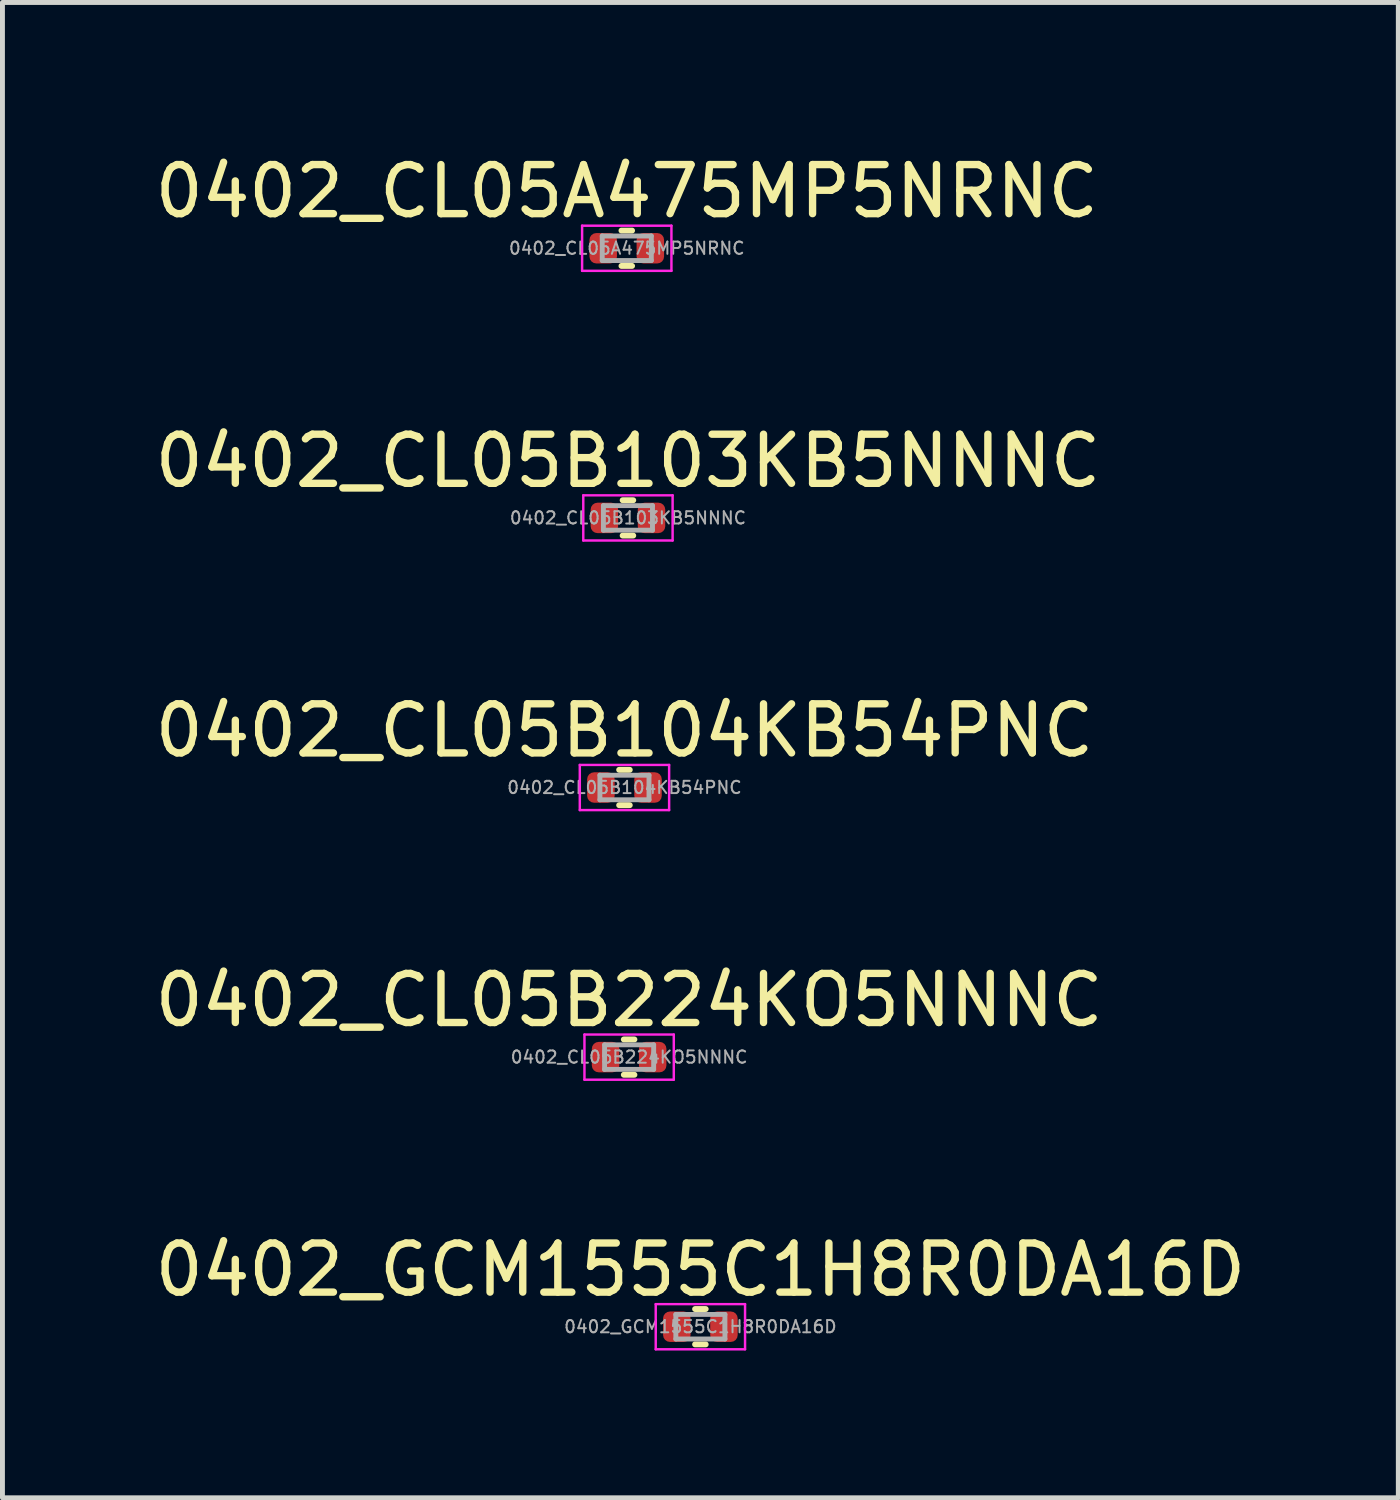
<source format=kicad_pcb>
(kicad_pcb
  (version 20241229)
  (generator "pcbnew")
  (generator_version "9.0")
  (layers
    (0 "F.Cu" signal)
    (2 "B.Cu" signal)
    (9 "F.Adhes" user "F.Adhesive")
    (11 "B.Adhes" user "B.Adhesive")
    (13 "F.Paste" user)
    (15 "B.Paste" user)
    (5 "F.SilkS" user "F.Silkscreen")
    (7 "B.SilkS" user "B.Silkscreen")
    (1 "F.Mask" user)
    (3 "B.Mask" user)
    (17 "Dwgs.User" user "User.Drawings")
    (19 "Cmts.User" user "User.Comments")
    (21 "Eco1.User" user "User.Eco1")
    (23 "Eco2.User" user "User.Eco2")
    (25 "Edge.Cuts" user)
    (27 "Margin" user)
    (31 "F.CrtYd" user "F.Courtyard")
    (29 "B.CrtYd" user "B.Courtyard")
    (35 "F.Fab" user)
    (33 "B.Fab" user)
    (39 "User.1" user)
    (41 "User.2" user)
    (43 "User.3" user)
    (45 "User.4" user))
  (footprint "0402_CL05B224KO5NNNC"
    (layer "F.Cu")
    (at 9.768 18.488)
    (property "Reference" "0402_CL05B224KO5NNNC" (at 0 -1.16 0) (layer "F.SilkS") (effects (font (size 1 1) (thickness 0.15))))
    (attr smd)
    (fp_line (start -0.108 -0.36) (end 0.108 -0.36) (stroke (width 0.12) (type solid)) (layer "F.SilkS"))
    (fp_line (start -0.108 0.36) (end 0.108 0.36) (stroke (width 0.12) (type solid)) (layer "F.SilkS"))
    (fp_line (start -0.91 -0.46) (end 0.91 -0.46) (stroke (width 0.05) (type solid)) (layer "F.CrtYd"))
    (fp_line (start -0.91 0.46) (end -0.91 -0.46) (stroke (width 0.05) (type solid)) (layer "F.CrtYd"))
    (fp_line (start 0.91 -0.46) (end 0.91 0.46) (stroke (width 0.05) (type solid)) (layer "F.CrtYd"))
    (fp_line (start 0.91 0.46) (end -0.91 0.46) (stroke (width 0.05) (type solid)) (layer "F.CrtYd"))
    (fp_line (start -0.5 -0.25) (end 0.5 -0.25) (stroke (width 0.1) (type solid)) (layer "F.Fab"))
    (fp_line (start -0.5 0.25) (end -0.5 -0.25) (stroke (width 0.1) (type solid)) (layer "F.Fab"))
    (fp_line (start 0.5 -0.25) (end 0.5 0.25) (stroke (width 0.1) (type solid)) (layer "F.Fab"))
    (fp_line (start 0.5 0.25) (end -0.5 0.25) (stroke (width 0.1) (type solid)) (layer "F.Fab"))
    (fp_text user "${REFERENCE}" (at 0 0 0) (layer "F.Fab") (effects (font (size 0.25 0.25) (thickness 0.04))))
    (pad "1" smd roundrect (at -0.48 0) (size 0.56 0.62) (layers "F.Cu" "F.Mask" "F.Paste") (roundrect_rratio 0.25))
    (pad "2" smd roundrect (at 0.48 0) (size 0.56 0.62) (layers "F.Cu" "F.Mask" "F.Paste") (roundrect_rratio 0.25)))
  (footprint "0402_CL05B103KB5NNNC"
    (layer "F.Cu")
    (at 9.744 7.502)
    (property "Reference" "0402_CL05B103KB5NNNC" (at 0 -1.16 0) (layer "F.SilkS") (effects (font (size 1 1) (thickness 0.15))))
    (attr smd)
    (fp_line (start -0.108 -0.36) (end 0.108 -0.36) (stroke (width 0.12) (type solid)) (layer "F.SilkS"))
    (fp_line (start -0.108 0.36) (end 0.108 0.36) (stroke (width 0.12) (type solid)) (layer "F.SilkS"))
    (fp_line (start -0.91 -0.46) (end 0.91 -0.46) (stroke (width 0.05) (type solid)) (layer "F.CrtYd"))
    (fp_line (start -0.91 0.46) (end -0.91 -0.46) (stroke (width 0.05) (type solid)) (layer "F.CrtYd"))
    (fp_line (start 0.91 -0.46) (end 0.91 0.46) (stroke (width 0.05) (type solid)) (layer "F.CrtYd"))
    (fp_line (start 0.91 0.46) (end -0.91 0.46) (stroke (width 0.05) (type solid)) (layer "F.CrtYd"))
    (fp_line (start -0.5 -0.25) (end 0.5 -0.25) (stroke (width 0.1) (type solid)) (layer "F.Fab"))
    (fp_line (start -0.5 0.25) (end -0.5 -0.25) (stroke (width 0.1) (type solid)) (layer "F.Fab"))
    (fp_line (start 0.5 -0.25) (end 0.5 0.25) (stroke (width 0.1) (type solid)) (layer "F.Fab"))
    (fp_line (start 0.5 0.25) (end -0.5 0.25) (stroke (width 0.1) (type solid)) (layer "F.Fab"))
    (fp_text user "${REFERENCE}" (at 0 0 0) (layer "F.Fab") (effects (font (size 0.25 0.25) (thickness 0.04))))
    (pad "1" smd roundrect (at -0.48 0) (size 0.56 0.62) (layers "F.Cu" "F.Mask" "F.Paste") (roundrect_rratio 0.25))
    (pad "2" smd roundrect (at 0.48 0) (size 0.56 0.62) (layers "F.Cu" "F.Mask" "F.Paste") (roundrect_rratio 0.25)))
  (footprint "0402_GCM1555C1H8R0DA16D"
    (layer "F.Cu")
    (at 11.22 23.981)
    (property "Reference" "0402_GCM1555C1H8R0DA16D" (at 0 -1.16 0) (layer "F.SilkS") (effects (font (size 1 1) (thickness 0.15))))
    (attr smd)
    (fp_line (start -0.108 -0.36) (end 0.108 -0.36) (stroke (width 0.12) (type solid)) (layer "F.SilkS"))
    (fp_line (start -0.108 0.36) (end 0.108 0.36) (stroke (width 0.12) (type solid)) (layer "F.SilkS"))
    (fp_line (start -0.91 -0.46) (end 0.91 -0.46) (stroke (width 0.05) (type solid)) (layer "F.CrtYd"))
    (fp_line (start -0.91 0.46) (end -0.91 -0.46) (stroke (width 0.05) (type solid)) (layer "F.CrtYd"))
    (fp_line (start 0.91 -0.46) (end 0.91 0.46) (stroke (width 0.05) (type solid)) (layer "F.CrtYd"))
    (fp_line (start 0.91 0.46) (end -0.91 0.46) (stroke (width 0.05) (type solid)) (layer "F.CrtYd"))
    (fp_line (start -0.5 -0.25) (end 0.5 -0.25) (stroke (width 0.1) (type solid)) (layer "F.Fab"))
    (fp_line (start -0.5 0.25) (end -0.5 -0.25) (stroke (width 0.1) (type solid)) (layer "F.Fab"))
    (fp_line (start 0.5 -0.25) (end 0.5 0.25) (stroke (width 0.1) (type solid)) (layer "F.Fab"))
    (fp_line (start 0.5 0.25) (end -0.5 0.25) (stroke (width 0.1) (type solid)) (layer "F.Fab"))
    (fp_text user "${REFERENCE}" (at 0 0 0) (layer "F.Fab") (effects (font (size 0.25 0.25) (thickness 0.04))))
    (pad "1" smd roundrect (at -0.48 0) (size 0.56 0.62) (layers "F.Cu" "F.Mask" "F.Paste") (roundrect_rratio 0.25))
    (pad "2" smd roundrect (at 0.48 0) (size 0.56 0.62) (layers "F.Cu" "F.Mask" "F.Paste") (roundrect_rratio 0.25)))
  (footprint "0402_CL05A475MP5NRNC"
    (layer "F.Cu")
    (at 9.72 2.008)
    (property "Reference" "0402_CL05A475MP5NRNC" (at 0 -1.16 0) (layer "F.SilkS") (effects (font (size 1 1) (thickness 0.15))))
    (attr smd)
    (fp_line (start -0.108 -0.36) (end 0.108 -0.36) (stroke (width 0.12) (type solid)) (layer "F.SilkS"))
    (fp_line (start -0.108 0.36) (end 0.108 0.36) (stroke (width 0.12) (type solid)) (layer "F.SilkS"))
    (fp_line (start -0.91 -0.46) (end 0.91 -0.46) (stroke (width 0.05) (type solid)) (layer "F.CrtYd"))
    (fp_line (start -0.91 0.46) (end -0.91 -0.46) (stroke (width 0.05) (type solid)) (layer "F.CrtYd"))
    (fp_line (start 0.91 -0.46) (end 0.91 0.46) (stroke (width 0.05) (type solid)) (layer "F.CrtYd"))
    (fp_line (start 0.91 0.46) (end -0.91 0.46) (stroke (width 0.05) (type solid)) (layer "F.CrtYd"))
    (fp_line (start -0.5 -0.25) (end 0.5 -0.25) (stroke (width 0.1) (type solid)) (layer "F.Fab"))
    (fp_line (start -0.5 0.25) (end -0.5 -0.25) (stroke (width 0.1) (type solid)) (layer "F.Fab"))
    (fp_line (start 0.5 -0.25) (end 0.5 0.25) (stroke (width 0.1) (type solid)) (layer "F.Fab"))
    (fp_line (start 0.5 0.25) (end -0.5 0.25) (stroke (width 0.1) (type solid)) (layer "F.Fab"))
    (fp_text user "${REFERENCE}" (at 0 0 0) (layer "F.Fab") (effects (font (size 0.25 0.25) (thickness 0.04))))
    (pad "1" smd roundrect (at -0.48 0) (size 0.56 0.62) (layers "F.Cu" "F.Mask" "F.Paste") (roundrect_rratio 0.25))
    (pad "2" smd roundrect (at 0.48 0) (size 0.56 0.62) (layers "F.Cu" "F.Mask" "F.Paste") (roundrect_rratio 0.25)))
  (footprint "0402_CL05B104KB54PNC"
    (layer "F.Cu")
    (at 9.673 12.995)
    (property "Reference" "0402_CL05B104KB54PNC" (at 0 -1.16 0) (layer "F.SilkS") (effects (font (size 1 1) (thickness 0.15))))
    (attr smd)
    (fp_line (start -0.108 -0.36) (end 0.108 -0.36) (stroke (width 0.12) (type solid)) (layer "F.SilkS"))
    (fp_line (start -0.108 0.36) (end 0.108 0.36) (stroke (width 0.12) (type solid)) (layer "F.SilkS"))
    (fp_line (start -0.91 -0.46) (end 0.91 -0.46) (stroke (width 0.05) (type solid)) (layer "F.CrtYd"))
    (fp_line (start -0.91 0.46) (end -0.91 -0.46) (stroke (width 0.05) (type solid)) (layer "F.CrtYd"))
    (fp_line (start 0.91 -0.46) (end 0.91 0.46) (stroke (width 0.05) (type solid)) (layer "F.CrtYd"))
    (fp_line (start 0.91 0.46) (end -0.91 0.46) (stroke (width 0.05) (type solid)) (layer "F.CrtYd"))
    (fp_line (start -0.5 -0.25) (end 0.5 -0.25) (stroke (width 0.1) (type solid)) (layer "F.Fab"))
    (fp_line (start -0.5 0.25) (end -0.5 -0.25) (stroke (width 0.1) (type solid)) (layer "F.Fab"))
    (fp_line (start 0.5 -0.25) (end 0.5 0.25) (stroke (width 0.1) (type solid)) (layer "F.Fab"))
    (fp_line (start 0.5 0.25) (end -0.5 0.25) (stroke (width 0.1) (type solid)) (layer "F.Fab"))
    (fp_text user "${REFERENCE}" (at 0 0 0) (layer "F.Fab") (effects (font (size 0.25 0.25) (thickness 0.04))))
    (pad "1" smd roundrect (at -0.48 0) (size 0.56 0.62) (layers "F.Cu" "F.Mask" "F.Paste") (roundrect_rratio 0.25))
    (pad "2" smd roundrect (at 0.48 0) (size 0.56 0.62) (layers "F.Cu" "F.Mask" "F.Paste") (roundrect_rratio 0.25)))
  (gr_rect
    (start -3 -3)
    (end 25.44 27.466)
    (stroke (width 0.1) (type default))
    (fill no)
    (layer "Edge.Cuts")))
</source>
